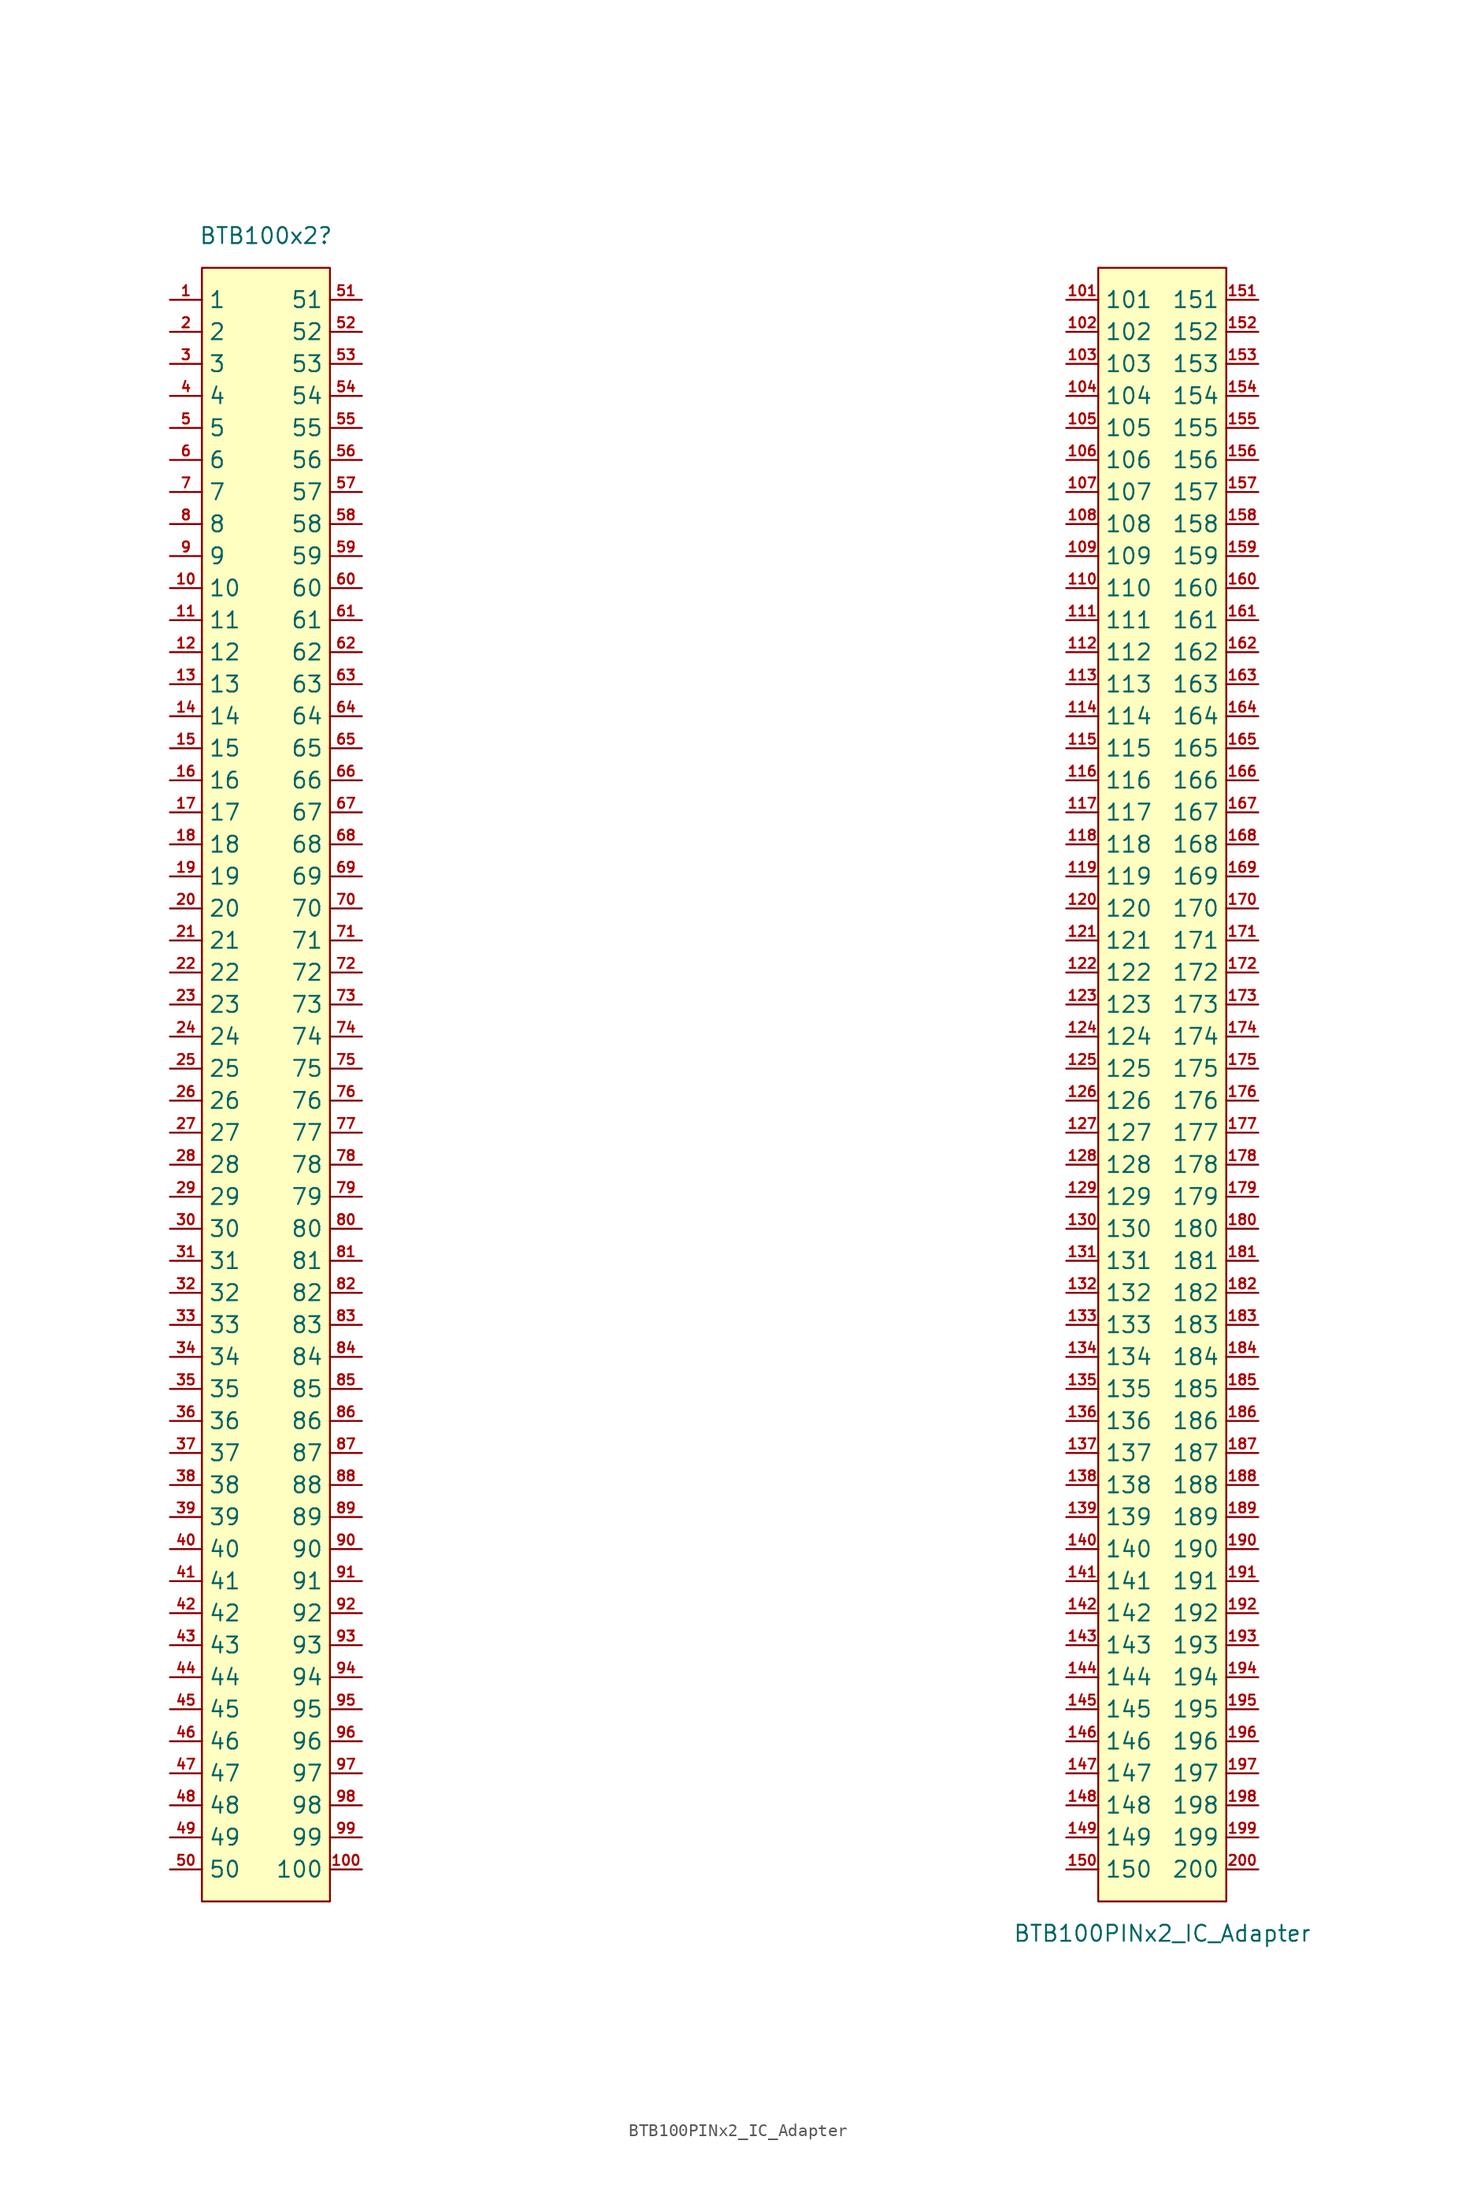
<source format=kicad_sym>
(kicad_symbol_lib
  (version 20220914)
  (generator kicad_symbol_editor)
  (symbol "BTB100PINx2_IC_Adapter"
    (property "Reference" "BTB100x2"
      (at -35.56 66.04 0)
      (effects (font (size 1.27 1.27))))
    (property "Value" "BTB100PINx2_IC_Adapter"
      (at 35.56 -68.58 0)
      (effects (font (size 1.27 1.27))))
    (symbol "BTB100PINx2_IC_Adapter_1_1"
      (rectangle (start -40.64 63.5) (end -30.48 -66.04) (stroke (width 0) (type default)) (fill (type background)))
      (rectangle (start 30.48 63.5) (end 40.64 -66.04) (stroke (width 0) (type default)) (fill (type background)))
      (pin input line (at -43.18 60.96 0) (length 2.54) (name "1" (effects (font (size 1.27 1.27)))) (number "1" (effects (font (size 0.8 0.8)))))
      (pin input line (at -43.18 38.1 0) (length 2.54) (name "10" (effects (font (size 1.27 1.27)))) (number "10" (effects (font (size 0.8 0.8)))))
      (pin input line (at -27.94 -63.5 180) (length 2.54) (name "100" (effects (font (size 1.27 1.27)))) (number "100" (effects (font (size 0.8 0.8)))))
      (pin input line (at 27.94 60.96 0) (length 2.54) (name "101" (effects (font (size 1.27 1.27)))) (number "101" (effects (font (size 0.8 0.8)))))
      (pin input line (at 27.94 58.42 0) (length 2.54) (name "102" (effects (font (size 1.27 1.27)))) (number "102" (effects (font (size 0.8 0.8)))))
      (pin input line (at 27.94 55.88 0) (length 2.54) (name "103" (effects (font (size 1.27 1.27)))) (number "103" (effects (font (size 0.8 0.8)))))
      (pin input line (at 27.94 53.34 0) (length 2.54) (name "104" (effects (font (size 1.27 1.27)))) (number "104" (effects (font (size 0.8 0.8)))))
      (pin input line (at 27.94 50.8 0) (length 2.54) (name "105" (effects (font (size 1.27 1.27)))) (number "105" (effects (font (size 0.8 0.8)))))
      (pin input line (at 27.94 48.26 0) (length 2.54) (name "106" (effects (font (size 1.27 1.27)))) (number "106" (effects (font (size 0.8 0.8)))))
      (pin input line (at 27.94 45.72 0) (length 2.54) (name "107" (effects (font (size 1.27 1.27)))) (number "107" (effects (font (size 0.8 0.8)))))
      (pin input line (at 27.94 43.18 0) (length 2.54) (name "108" (effects (font (size 1.27 1.27)))) (number "108" (effects (font (size 0.8 0.8)))))
      (pin input line (at 27.94 40.64 0) (length 2.54) (name "109" (effects (font (size 1.27 1.27)))) (number "109" (effects (font (size 0.8 0.8)))))
      (pin input line (at -43.18 35.56 0) (length 2.54) (name "11" (effects (font (size 1.27 1.27)))) (number "11" (effects (font (size 0.8 0.8)))))
      (pin input line (at 27.94 38.1 0) (length 2.54) (name "110" (effects (font (size 1.27 1.27)))) (number "110" (effects (font (size 0.8 0.8)))))
      (pin input line (at 27.94 35.56 0) (length 2.54) (name "111" (effects (font (size 1.27 1.27)))) (number "111" (effects (font (size 0.8 0.8)))))
      (pin input line (at 27.94 33.02 0) (length 2.54) (name "112" (effects (font (size 1.27 1.27)))) (number "112" (effects (font (size 0.8 0.8)))))
      (pin input line (at 27.94 30.48 0) (length 2.54) (name "113" (effects (font (size 1.27 1.27)))) (number "113" (effects (font (size 0.8 0.8)))))
      (pin input line (at 27.94 27.94 0) (length 2.54) (name "114" (effects (font (size 1.27 1.27)))) (number "114" (effects (font (size 0.8 0.8)))))
      (pin input line (at 27.94 25.4 0) (length 2.54) (name "115" (effects (font (size 1.27 1.27)))) (number "115" (effects (font (size 0.8 0.8)))))
      (pin input line (at 27.94 22.86 0) (length 2.54) (name "116" (effects (font (size 1.27 1.27)))) (number "116" (effects (font (size 0.8 0.8)))))
      (pin input line (at 27.94 20.32 0) (length 2.54) (name "117" (effects (font (size 1.27 1.27)))) (number "117" (effects (font (size 0.8 0.8)))))
      (pin input line (at 27.94 17.78 0) (length 2.54) (name "118" (effects (font (size 1.27 1.27)))) (number "118" (effects (font (size 0.8 0.8)))))
      (pin input line (at 27.94 15.24 0) (length 2.54) (name "119" (effects (font (size 1.27 1.27)))) (number "119" (effects (font (size 0.8 0.8)))))
      (pin input line (at -43.18 33.02 0) (length 2.54) (name "12" (effects (font (size 1.27 1.27)))) (number "12" (effects (font (size 0.8 0.8)))))
      (pin input line (at 27.94 12.7 0) (length 2.54) (name "120" (effects (font (size 1.27 1.27)))) (number "120" (effects (font (size 0.8 0.8)))))
      (pin input line (at 27.94 10.16 0) (length 2.54) (name "121" (effects (font (size 1.27 1.27)))) (number "121" (effects (font (size 0.8 0.8)))))
      (pin input line (at 27.94 7.62 0) (length 2.54) (name "122" (effects (font (size 1.27 1.27)))) (number "122" (effects (font (size 0.8 0.8)))))
      (pin input line (at 27.94 5.08 0) (length 2.54) (name "123" (effects (font (size 1.27 1.27)))) (number "123" (effects (font (size 0.8 0.8)))))
      (pin input line (at 27.94 2.54 0) (length 2.54) (name "124" (effects (font (size 1.27 1.27)))) (number "124" (effects (font (size 0.8 0.8)))))
      (pin input line (at 27.94 0 0) (length 2.54) (name "125" (effects (font (size 1.27 1.27)))) (number "125" (effects (font (size 0.8 0.8)))))
      (pin input line (at 27.94 -2.54 0) (length 2.54) (name "126" (effects (font (size 1.27 1.27)))) (number "126" (effects (font (size 0.8 0.8)))))
      (pin input line (at 27.94 -5.08 0) (length 2.54) (name "127" (effects (font (size 1.27 1.27)))) (number "127" (effects (font (size 0.8 0.8)))))
      (pin input line (at 27.94 -7.62 0) (length 2.54) (name "128" (effects (font (size 1.27 1.27)))) (number "128" (effects (font (size 0.8 0.8)))))
      (pin input line (at 27.94 -10.16 0) (length 2.54) (name "129" (effects (font (size 1.27 1.27)))) (number "129" (effects (font (size 0.8 0.8)))))
      (pin input line (at -43.18 30.48 0) (length 2.54) (name "13" (effects (font (size 1.27 1.27)))) (number "13" (effects (font (size 0.8 0.8)))))
      (pin input line (at 27.94 -12.7 0) (length 2.54) (name "130" (effects (font (size 1.27 1.27)))) (number "130" (effects (font (size 0.8 0.8)))))
      (pin input line (at 27.94 -15.24 0) (length 2.54) (name "131" (effects (font (size 1.27 1.27)))) (number "131" (effects (font (size 0.8 0.8)))))
      (pin input line (at 27.94 -17.78 0) (length 2.54) (name "132" (effects (font (size 1.27 1.27)))) (number "132" (effects (font (size 0.8 0.8)))))
      (pin input line (at 27.94 -20.32 0) (length 2.54) (name "133" (effects (font (size 1.27 1.27)))) (number "133" (effects (font (size 0.8 0.8)))))
      (pin input line (at 27.94 -22.86 0) (length 2.54) (name "134" (effects (font (size 1.27 1.27)))) (number "134" (effects (font (size 0.8 0.8)))))
      (pin input line (at 27.94 -25.4 0) (length 2.54) (name "135" (effects (font (size 1.27 1.27)))) (number "135" (effects (font (size 0.8 0.8)))))
      (pin input line (at 27.94 -27.94 0) (length 2.54) (name "136" (effects (font (size 1.27 1.27)))) (number "136" (effects (font (size 0.8 0.8)))))
      (pin input line (at 27.94 -30.48 0) (length 2.54) (name "137" (effects (font (size 1.27 1.27)))) (number "137" (effects (font (size 0.8 0.8)))))
      (pin input line (at 27.94 -33.02 0) (length 2.54) (name "138" (effects (font (size 1.27 1.27)))) (number "138" (effects (font (size 0.8 0.8)))))
      (pin input line (at 27.94 -35.56 0) (length 2.54) (name "139" (effects (font (size 1.27 1.27)))) (number "139" (effects (font (size 0.8 0.8)))))
      (pin input line (at -43.18 27.94 0) (length 2.54) (name "14" (effects (font (size 1.27 1.27)))) (number "14" (effects (font (size 0.8 0.8)))))
      (pin input line (at 27.94 -38.1 0) (length 2.54) (name "140" (effects (font (size 1.27 1.27)))) (number "140" (effects (font (size 0.8 0.8)))))
      (pin input line (at 27.94 -40.64 0) (length 2.54) (name "141" (effects (font (size 1.27 1.27)))) (number "141" (effects (font (size 0.8 0.8)))))
      (pin input line (at 27.94 -43.18 0) (length 2.54) (name "142" (effects (font (size 1.27 1.27)))) (number "142" (effects (font (size 0.8 0.8)))))
      (pin input line (at 27.94 -45.72 0) (length 2.54) (name "143" (effects (font (size 1.27 1.27)))) (number "143" (effects (font (size 0.8 0.8)))))
      (pin input line (at 27.94 -48.26 0) (length 2.54) (name "144" (effects (font (size 1.27 1.27)))) (number "144" (effects (font (size 0.8 0.8)))))
      (pin input line (at 27.94 -50.8 0) (length 2.54) (name "145" (effects (font (size 1.27 1.27)))) (number "145" (effects (font (size 0.8 0.8)))))
      (pin input line (at 27.94 -53.34 0) (length 2.54) (name "146" (effects (font (size 1.27 1.27)))) (number "146" (effects (font (size 0.8 0.8)))))
      (pin input line (at 27.94 -55.88 0) (length 2.54) (name "147" (effects (font (size 1.27 1.27)))) (number "147" (effects (font (size 0.8 0.8)))))
      (pin input line (at 27.94 -58.42 0) (length 2.54) (name "148" (effects (font (size 1.27 1.27)))) (number "148" (effects (font (size 0.8 0.8)))))
      (pin input line (at 27.94 -60.96 0) (length 2.54) (name "149" (effects (font (size 1.27 1.27)))) (number "149" (effects (font (size 0.8 0.8)))))
      (pin input line (at -43.18 25.4 0) (length 2.54) (name "15" (effects (font (size 1.27 1.27)))) (number "15" (effects (font (size 0.8 0.8)))))
      (pin input line (at 27.94 -63.5 0) (length 2.54) (name "150" (effects (font (size 1.27 1.27)))) (number "150" (effects (font (size 0.8 0.8)))))
      (pin input line (at 43.18 60.96 180) (length 2.54) (name "151" (effects (font (size 1.27 1.27)))) (number "151" (effects (font (size 0.8 0.8)))))
      (pin input line (at 43.18 58.42 180) (length 2.54) (name "152" (effects (font (size 1.27 1.27)))) (number "152" (effects (font (size 0.8 0.8)))))
      (pin input line (at 43.18 55.88 180) (length 2.54) (name "153" (effects (font (size 1.27 1.27)))) (number "153" (effects (font (size 0.8 0.8)))))
      (pin input line (at 43.18 53.34 180) (length 2.54) (name "154" (effects (font (size 1.27 1.27)))) (number "154" (effects (font (size 0.8 0.8)))))
      (pin input line (at 43.18 50.8 180) (length 2.54) (name "155" (effects (font (size 1.27 1.27)))) (number "155" (effects (font (size 0.8 0.8)))))
      (pin input line (at 43.18 48.26 180) (length 2.54) (name "156" (effects (font (size 1.27 1.27)))) (number "156" (effects (font (size 0.8 0.8)))))
      (pin input line (at 43.18 45.72 180) (length 2.54) (name "157" (effects (font (size 1.27 1.27)))) (number "157" (effects (font (size 0.8 0.8)))))
      (pin input line (at 43.18 43.18 180) (length 2.54) (name "158" (effects (font (size 1.27 1.27)))) (number "158" (effects (font (size 0.8 0.8)))))
      (pin input line (at 43.18 40.64 180) (length 2.54) (name "159" (effects (font (size 1.27 1.27)))) (number "159" (effects (font (size 0.8 0.8)))))
      (pin input line (at -43.18 22.86 0) (length 2.54) (name "16" (effects (font (size 1.27 1.27)))) (number "16" (effects (font (size 0.8 0.8)))))
      (pin input line (at 43.18 38.1 180) (length 2.54) (name "160" (effects (font (size 1.27 1.27)))) (number "160" (effects (font (size 0.8 0.8)))))
      (pin input line (at 43.18 35.56 180) (length 2.54) (name "161" (effects (font (size 1.27 1.27)))) (number "161" (effects (font (size 0.8 0.8)))))
      (pin input line (at 43.18 33.02 180) (length 2.54) (name "162" (effects (font (size 1.27 1.27)))) (number "162" (effects (font (size 0.8 0.8)))))
      (pin input line (at 43.18 30.48 180) (length 2.54) (name "163" (effects (font (size 1.27 1.27)))) (number "163" (effects (font (size 0.8 0.8)))))
      (pin input line (at 43.18 27.94 180) (length 2.54) (name "164" (effects (font (size 1.27 1.27)))) (number "164" (effects (font (size 0.8 0.8)))))
      (pin input line (at 43.18 25.4 180) (length 2.54) (name "165" (effects (font (size 1.27 1.27)))) (number "165" (effects (font (size 0.8 0.8)))))
      (pin input line (at 43.18 22.86 180) (length 2.54) (name "166" (effects (font (size 1.27 1.27)))) (number "166" (effects (font (size 0.8 0.8)))))
      (pin input line (at 43.18 20.32 180) (length 2.54) (name "167" (effects (font (size 1.27 1.27)))) (number "167" (effects (font (size 0.8 0.8)))))
      (pin input line (at 43.18 17.78 180) (length 2.54) (name "168" (effects (font (size 1.27 1.27)))) (number "168" (effects (font (size 0.8 0.8)))))
      (pin input line (at 43.18 15.24 180) (length 2.54) (name "169" (effects (font (size 1.27 1.27)))) (number "169" (effects (font (size 0.8 0.8)))))
      (pin input line (at -43.18 20.32 0) (length 2.54) (name "17" (effects (font (size 1.27 1.27)))) (number "17" (effects (font (size 0.8 0.8)))))
      (pin input line (at 43.18 12.7 180) (length 2.54) (name "170" (effects (font (size 1.27 1.27)))) (number "170" (effects (font (size 0.8 0.8)))))
      (pin input line (at 43.18 10.16 180) (length 2.54) (name "171" (effects (font (size 1.27 1.27)))) (number "171" (effects (font (size 0.8 0.8)))))
      (pin input line (at 43.18 7.62 180) (length 2.54) (name "172" (effects (font (size 1.27 1.27)))) (number "172" (effects (font (size 0.8 0.8)))))
      (pin input line (at 43.18 5.08 180) (length 2.54) (name "173" (effects (font (size 1.27 1.27)))) (number "173" (effects (font (size 0.8 0.8)))))
      (pin input line (at 43.18 2.54 180) (length 2.54) (name "174" (effects (font (size 1.27 1.27)))) (number "174" (effects (font (size 0.8 0.8)))))
      (pin input line (at 43.18 0 180) (length 2.54) (name "175" (effects (font (size 1.27 1.27)))) (number "175" (effects (font (size 0.8 0.8)))))
      (pin input line (at 43.18 -2.54 180) (length 2.54) (name "176" (effects (font (size 1.27 1.27)))) (number "176" (effects (font (size 0.8 0.8)))))
      (pin input line (at 43.18 -5.08 180) (length 2.54) (name "177" (effects (font (size 1.27 1.27)))) (number "177" (effects (font (size 0.8 0.8)))))
      (pin input line (at 43.18 -7.62 180) (length 2.54) (name "178" (effects (font (size 1.27 1.27)))) (number "178" (effects (font (size 0.8 0.8)))))
      (pin input line (at 43.18 -10.16 180) (length 2.54) (name "179" (effects (font (size 1.27 1.27)))) (number "179" (effects (font (size 0.8 0.8)))))
      (pin input line (at -43.18 17.78 0) (length 2.54) (name "18" (effects (font (size 1.27 1.27)))) (number "18" (effects (font (size 0.8 0.8)))))
      (pin input line (at 43.18 -12.7 180) (length 2.54) (name "180" (effects (font (size 1.27 1.27)))) (number "180" (effects (font (size 0.8 0.8)))))
      (pin input line (at 43.18 -15.24 180) (length 2.54) (name "181" (effects (font (size 1.27 1.27)))) (number "181" (effects (font (size 0.8 0.8)))))
      (pin input line (at 43.18 -17.78 180) (length 2.54) (name "182" (effects (font (size 1.27 1.27)))) (number "182" (effects (font (size 0.8 0.8)))))
      (pin input line (at 43.18 -20.32 180) (length 2.54) (name "183" (effects (font (size 1.27 1.27)))) (number "183" (effects (font (size 0.8 0.8)))))
      (pin input line (at 43.18 -22.86 180) (length 2.54) (name "184" (effects (font (size 1.27 1.27)))) (number "184" (effects (font (size 0.8 0.8)))))
      (pin input line (at 43.18 -25.4 180) (length 2.54) (name "185" (effects (font (size 1.27 1.27)))) (number "185" (effects (font (size 0.8 0.8)))))
      (pin input line (at 43.18 -27.94 180) (length 2.54) (name "186" (effects (font (size 1.27 1.27)))) (number "186" (effects (font (size 0.8 0.8)))))
      (pin input line (at 43.18 -30.48 180) (length 2.54) (name "187" (effects (font (size 1.27 1.27)))) (number "187" (effects (font (size 0.8 0.8)))))
      (pin input line (at 43.18 -33.02 180) (length 2.54) (name "188" (effects (font (size 1.27 1.27)))) (number "188" (effects (font (size 0.8 0.8)))))
      (pin input line (at 43.18 -35.56 180) (length 2.54) (name "189" (effects (font (size 1.27 1.27)))) (number "189" (effects (font (size 0.8 0.8)))))
      (pin input line (at -43.18 15.24 0) (length 2.54) (name "19" (effects (font (size 1.27 1.27)))) (number "19" (effects (font (size 0.8 0.8)))))
      (pin input line (at 43.18 -38.1 180) (length 2.54) (name "190" (effects (font (size 1.27 1.27)))) (number "190" (effects (font (size 0.8 0.8)))))
      (pin input line (at 43.18 -40.64 180) (length 2.54) (name "191" (effects (font (size 1.27 1.27)))) (number "191" (effects (font (size 0.8 0.8)))))
      (pin input line (at 43.18 -43.18 180) (length 2.54) (name "192" (effects (font (size 1.27 1.27)))) (number "192" (effects (font (size 0.8 0.8)))))
      (pin input line (at 43.18 -45.72 180) (length 2.54) (name "193" (effects (font (size 1.27 1.27)))) (number "193" (effects (font (size 0.8 0.8)))))
      (pin input line (at 43.18 -48.26 180) (length 2.54) (name "194" (effects (font (size 1.27 1.27)))) (number "194" (effects (font (size 0.8 0.8)))))
      (pin input line (at 43.18 -50.8 180) (length 2.54) (name "195" (effects (font (size 1.27 1.27)))) (number "195" (effects (font (size 0.8 0.8)))))
      (pin input line (at 43.18 -53.34 180) (length 2.54) (name "196" (effects (font (size 1.27 1.27)))) (number "196" (effects (font (size 0.8 0.8)))))
      (pin input line (at 43.18 -55.88 180) (length 2.54) (name "197" (effects (font (size 1.27 1.27)))) (number "197" (effects (font (size 0.8 0.8)))))
      (pin input line (at 43.18 -58.42 180) (length 2.54) (name "198" (effects (font (size 1.27 1.27)))) (number "198" (effects (font (size 0.8 0.8)))))
      (pin input line (at 43.18 -60.96 180) (length 2.54) (name "199" (effects (font (size 1.27 1.27)))) (number "199" (effects (font (size 0.8 0.8)))))
      (pin input line (at -43.18 58.42 0) (length 2.54) (name "2" (effects (font (size 1.27 1.27)))) (number "2" (effects (font (size 0.8 0.8)))))
      (pin input line (at -43.18 12.7 0) (length 2.54) (name "20" (effects (font (size 1.27 1.27)))) (number "20" (effects (font (size 0.8 0.8)))))
      (pin input line (at 43.18 -63.5 180) (length 2.54) (name "200" (effects (font (size 1.27 1.27)))) (number "200" (effects (font (size 0.8 0.8)))))
      (pin input line (at -43.18 10.16 0) (length 2.54) (name "21" (effects (font (size 1.27 1.27)))) (number "21" (effects (font (size 0.8 0.8)))))
      (pin input line (at -43.18 7.62 0) (length 2.54) (name "22" (effects (font (size 1.27 1.27)))) (number "22" (effects (font (size 0.8 0.8)))))
      (pin input line (at -43.18 5.08 0) (length 2.54) (name "23" (effects (font (size 1.27 1.27)))) (number "23" (effects (font (size 0.8 0.8)))))
      (pin input line (at -43.18 2.54 0) (length 2.54) (name "24" (effects (font (size 1.27 1.27)))) (number "24" (effects (font (size 0.8 0.8)))))
      (pin input line (at -43.18 0 0) (length 2.54) (name "25" (effects (font (size 1.27 1.27)))) (number "25" (effects (font (size 0.8 0.8)))))
      (pin input line (at -43.18 -2.54 0) (length 2.54) (name "26" (effects (font (size 1.27 1.27)))) (number "26" (effects (font (size 0.8 0.8)))))
      (pin input line (at -43.18 -5.08 0) (length 2.54) (name "27" (effects (font (size 1.27 1.27)))) (number "27" (effects (font (size 0.8 0.8)))))
      (pin input line (at -43.18 -7.62 0) (length 2.54) (name "28" (effects (font (size 1.27 1.27)))) (number "28" (effects (font (size 0.8 0.8)))))
      (pin input line (at -43.18 -10.16 0) (length 2.54) (name "29" (effects (font (size 1.27 1.27)))) (number "29" (effects (font (size 0.8 0.8)))))
      (pin input line (at -43.18 55.88 0) (length 2.54) (name "3" (effects (font (size 1.27 1.27)))) (number "3" (effects (font (size 0.8 0.8)))))
      (pin input line (at -43.18 -12.7 0) (length 2.54) (name "30" (effects (font (size 1.27 1.27)))) (number "30" (effects (font (size 0.8 0.8)))))
      (pin input line (at -43.18 -15.24 0) (length 2.54) (name "31" (effects (font (size 1.27 1.27)))) (number "31" (effects (font (size 0.8 0.8)))))
      (pin input line (at -43.18 -17.78 0) (length 2.54) (name "32" (effects (font (size 1.27 1.27)))) (number "32" (effects (font (size 0.8 0.8)))))
      (pin input line (at -43.18 -20.32 0) (length 2.54) (name "33" (effects (font (size 1.27 1.27)))) (number "33" (effects (font (size 0.8 0.8)))))
      (pin input line (at -43.18 -22.86 0) (length 2.54) (name "34" (effects (font (size 1.27 1.27)))) (number "34" (effects (font (size 0.8 0.8)))))
      (pin input line (at -43.18 -25.4 0) (length 2.54) (name "35" (effects (font (size 1.27 1.27)))) (number "35" (effects (font (size 0.8 0.8)))))
      (pin input line (at -43.18 -27.94 0) (length 2.54) (name "36" (effects (font (size 1.27 1.27)))) (number "36" (effects (font (size 0.8 0.8)))))
      (pin input line (at -43.18 -30.48 0) (length 2.54) (name "37" (effects (font (size 1.27 1.27)))) (number "37" (effects (font (size 0.8 0.8)))))
      (pin input line (at -43.18 -33.02 0) (length 2.54) (name "38" (effects (font (size 1.27 1.27)))) (number "38" (effects (font (size 0.8 0.8)))))
      (pin input line (at -43.18 -35.56 0) (length 2.54) (name "39" (effects (font (size 1.27 1.27)))) (number "39" (effects (font (size 0.8 0.8)))))
      (pin input line (at -43.18 53.34 0) (length 2.54) (name "4" (effects (font (size 1.27 1.27)))) (number "4" (effects (font (size 0.8 0.8)))))
      (pin input line (at -43.18 -38.1 0) (length 2.54) (name "40" (effects (font (size 1.27 1.27)))) (number "40" (effects (font (size 0.8 0.8)))))
      (pin input line (at -43.18 -40.64 0) (length 2.54) (name "41" (effects (font (size 1.27 1.27)))) (number "41" (effects (font (size 0.8 0.8)))))
      (pin input line (at -43.18 -43.18 0) (length 2.54) (name "42" (effects (font (size 1.27 1.27)))) (number "42" (effects (font (size 0.8 0.8)))))
      (pin input line (at -43.18 -45.72 0) (length 2.54) (name "43" (effects (font (size 1.27 1.27)))) (number "43" (effects (font (size 0.8 0.8)))))
      (pin input line (at -43.18 -48.26 0) (length 2.54) (name "44" (effects (font (size 1.27 1.27)))) (number "44" (effects (font (size 0.8 0.8)))))
      (pin input line (at -43.18 -50.8 0) (length 2.54) (name "45" (effects (font (size 1.27 1.27)))) (number "45" (effects (font (size 0.8 0.8)))))
      (pin input line (at -43.18 -53.34 0) (length 2.54) (name "46" (effects (font (size 1.27 1.27)))) (number "46" (effects (font (size 0.8 0.8)))))
      (pin input line (at -43.18 -55.88 0) (length 2.54) (name "47" (effects (font (size 1.27 1.27)))) (number "47" (effects (font (size 0.8 0.8)))))
      (pin input line (at -43.18 -58.42 0) (length 2.54) (name "48" (effects (font (size 1.27 1.27)))) (number "48" (effects (font (size 0.8 0.8)))))
      (pin input line (at -43.18 -60.96 0) (length 2.54) (name "49" (effects (font (size 1.27 1.27)))) (number "49" (effects (font (size 0.8 0.8)))))
      (pin input line (at -43.18 50.8 0) (length 2.54) (name "5" (effects (font (size 1.27 1.27)))) (number "5" (effects (font (size 0.8 0.8)))))
      (pin input line (at -43.18 -63.5 0) (length 2.54) (name "50" (effects (font (size 1.27 1.27)))) (number "50" (effects (font (size 0.8 0.8)))))
      (pin input line (at -27.94 60.96 180) (length 2.54) (name "51" (effects (font (size 1.27 1.27)))) (number "51" (effects (font (size 0.8 0.8)))))
      (pin input line (at -27.94 58.42 180) (length 2.54) (name "52" (effects (font (size 1.27 1.27)))) (number "52" (effects (font (size 0.8 0.8)))))
      (pin input line (at -27.94 55.88 180) (length 2.54) (name "53" (effects (font (size 1.27 1.27)))) (number "53" (effects (font (size 0.8 0.8)))))
      (pin input line (at -27.94 53.34 180) (length 2.54) (name "54" (effects (font (size 1.27 1.27)))) (number "54" (effects (font (size 0.8 0.8)))))
      (pin input line (at -27.94 50.8 180) (length 2.54) (name "55" (effects (font (size 1.27 1.27)))) (number "55" (effects (font (size 0.8 0.8)))))
      (pin input line (at -27.94 48.26 180) (length 2.54) (name "56" (effects (font (size 1.27 1.27)))) (number "56" (effects (font (size 0.8 0.8)))))
      (pin input line (at -27.94 45.72 180) (length 2.54) (name "57" (effects (font (size 1.27 1.27)))) (number "57" (effects (font (size 0.8 0.8)))))
      (pin input line (at -27.94 43.18 180) (length 2.54) (name "58" (effects (font (size 1.27 1.27)))) (number "58" (effects (font (size 0.8 0.8)))))
      (pin input line (at -27.94 40.64 180) (length 2.54) (name "59" (effects (font (size 1.27 1.27)))) (number "59" (effects (font (size 0.8 0.8)))))
      (pin input line (at -43.18 48.26 0) (length 2.54) (name "6" (effects (font (size 1.27 1.27)))) (number "6" (effects (font (size 0.8 0.8)))))
      (pin input line (at -27.94 38.1 180) (length 2.54) (name "60" (effects (font (size 1.27 1.27)))) (number "60" (effects (font (size 0.8 0.8)))))
      (pin input line (at -27.94 35.56 180) (length 2.54) (name "61" (effects (font (size 1.27 1.27)))) (number "61" (effects (font (size 0.8 0.8)))))
      (pin input line (at -27.94 33.02 180) (length 2.54) (name "62" (effects (font (size 1.27 1.27)))) (number "62" (effects (font (size 0.8 0.8)))))
      (pin input line (at -27.94 30.48 180) (length 2.54) (name "63" (effects (font (size 1.27 1.27)))) (number "63" (effects (font (size 0.8 0.8)))))
      (pin input line (at -27.94 27.94 180) (length 2.54) (name "64" (effects (font (size 1.27 1.27)))) (number "64" (effects (font (size 0.8 0.8)))))
      (pin input line (at -27.94 25.4 180) (length 2.54) (name "65" (effects (font (size 1.27 1.27)))) (number "65" (effects (font (size 0.8 0.8)))))
      (pin input line (at -27.94 22.86 180) (length 2.54) (name "66" (effects (font (size 1.27 1.27)))) (number "66" (effects (font (size 0.8 0.8)))))
      (pin input line (at -27.94 20.32 180) (length 2.54) (name "67" (effects (font (size 1.27 1.27)))) (number "67" (effects (font (size 0.8 0.8)))))
      (pin input line (at -27.94 17.78 180) (length 2.54) (name "68" (effects (font (size 1.27 1.27)))) (number "68" (effects (font (size 0.8 0.8)))))
      (pin input line (at -27.94 15.24 180) (length 2.54) (name "69" (effects (font (size 1.27 1.27)))) (number "69" (effects (font (size 0.8 0.8)))))
      (pin input line (at -43.18 45.72 0) (length 2.54) (name "7" (effects (font (size 1.27 1.27)))) (number "7" (effects (font (size 0.8 0.8)))))
      (pin input line (at -27.94 12.7 180) (length 2.54) (name "70" (effects (font (size 1.27 1.27)))) (number "70" (effects (font (size 0.8 0.8)))))
      (pin input line (at -27.94 10.16 180) (length 2.54) (name "71" (effects (font (size 1.27 1.27)))) (number "71" (effects (font (size 0.8 0.8)))))
      (pin input line (at -27.94 7.62 180) (length 2.54) (name "72" (effects (font (size 1.27 1.27)))) (number "72" (effects (font (size 0.8 0.8)))))
      (pin input line (at -27.94 5.08 180) (length 2.54) (name "73" (effects (font (size 1.27 1.27)))) (number "73" (effects (font (size 0.8 0.8)))))
      (pin input line (at -27.94 2.54 180) (length 2.54) (name "74" (effects (font (size 1.27 1.27)))) (number "74" (effects (font (size 0.8 0.8)))))
      (pin input line (at -27.94 0 180) (length 2.54) (name "75" (effects (font (size 1.27 1.27)))) (number "75" (effects (font (size 0.8 0.8)))))
      (pin input line (at -27.94 -2.54 180) (length 2.54) (name "76" (effects (font (size 1.27 1.27)))) (number "76" (effects (font (size 0.8 0.8)))))
      (pin input line (at -27.94 -5.08 180) (length 2.54) (name "77" (effects (font (size 1.27 1.27)))) (number "77" (effects (font (size 0.8 0.8)))))
      (pin input line (at -27.94 -7.62 180) (length 2.54) (name "78" (effects (font (size 1.27 1.27)))) (number "78" (effects (font (size 0.8 0.8)))))
      (pin input line (at -27.94 -10.16 180) (length 2.54) (name "79" (effects (font (size 1.27 1.27)))) (number "79" (effects (font (size 0.8 0.8)))))
      (pin input line (at -43.18 43.18 0) (length 2.54) (name "8" (effects (font (size 1.27 1.27)))) (number "8" (effects (font (size 0.8 0.8)))))
      (pin input line (at -27.94 -12.7 180) (length 2.54) (name "80" (effects (font (size 1.27 1.27)))) (number "80" (effects (font (size 0.8 0.8)))))
      (pin input line (at -27.94 -15.24 180) (length 2.54) (name "81" (effects (font (size 1.27 1.27)))) (number "81" (effects (font (size 0.8 0.8)))))
      (pin input line (at -27.94 -17.78 180) (length 2.54) (name "82" (effects (font (size 1.27 1.27)))) (number "82" (effects (font (size 0.8 0.8)))))
      (pin input line (at -27.94 -20.32 180) (length 2.54) (name "83" (effects (font (size 1.27 1.27)))) (number "83" (effects (font (size 0.8 0.8)))))
      (pin input line (at -27.94 -22.86 180) (length 2.54) (name "84" (effects (font (size 1.27 1.27)))) (number "84" (effects (font (size 0.8 0.8)))))
      (pin input line (at -27.94 -25.4 180) (length 2.54) (name "85" (effects (font (size 1.27 1.27)))) (number "85" (effects (font (size 0.8 0.8)))))
      (pin input line (at -27.94 -27.94 180) (length 2.54) (name "86" (effects (font (size 1.27 1.27)))) (number "86" (effects (font (size 0.8 0.8)))))
      (pin input line (at -27.94 -30.48 180) (length 2.54) (name "87" (effects (font (size 1.27 1.27)))) (number "87" (effects (font (size 0.8 0.8)))))
      (pin input line (at -27.94 -33.02 180) (length 2.54) (name "88" (effects (font (size 1.27 1.27)))) (number "88" (effects (font (size 0.8 0.8)))))
      (pin input line (at -27.94 -35.56 180) (length 2.54) (name "89" (effects (font (size 1.27 1.27)))) (number "89" (effects (font (size 0.8 0.8)))))
      (pin input line (at -43.18 40.64 0) (length 2.54) (name "9" (effects (font (size 1.27 1.27)))) (number "9" (effects (font (size 0.8 0.8)))))
      (pin input line (at -27.94 -38.1 180) (length 2.54) (name "90" (effects (font (size 1.27 1.27)))) (number "90" (effects (font (size 0.8 0.8)))))
      (pin input line (at -27.94 -40.64 180) (length 2.54) (name "91" (effects (font (size 1.27 1.27)))) (number "91" (effects (font (size 0.8 0.8)))))
      (pin input line (at -27.94 -43.18 180) (length 2.54) (name "92" (effects (font (size 1.27 1.27)))) (number "92" (effects (font (size 0.8 0.8)))))
      (pin input line (at -27.94 -45.72 180) (length 2.54) (name "93" (effects (font (size 1.27 1.27)))) (number "93" (effects (font (size 0.8 0.8)))))
      (pin input line (at -27.94 -48.26 180) (length 2.54) (name "94" (effects (font (size 1.27 1.27)))) (number "94" (effects (font (size 0.8 0.8)))))
      (pin input line (at -27.94 -50.8 180) (length 2.54) (name "95" (effects (font (size 1.27 1.27)))) (number "95" (effects (font (size 0.8 0.8)))))
      (pin input line (at -27.94 -53.34 180) (length 2.54) (name "96" (effects (font (size 1.27 1.27)))) (number "96" (effects (font (size 0.8 0.8)))))
      (pin input line (at -27.94 -55.88 180) (length 2.54) (name "97" (effects (font (size 1.27 1.27)))) (number "97" (effects (font (size 0.8 0.8)))))
      (pin input line (at -27.94 -58.42 180) (length 2.54) (name "98" (effects (font (size 1.27 1.27)))) (number "98" (effects (font (size 0.8 0.8)))))
      (pin input line (at -27.94 -60.96 180) (length 2.54) (name "99" (effects (font (size 1.27 1.27)))) (number "99" (effects (font (size 0.8 0.8))))))))
</source>
